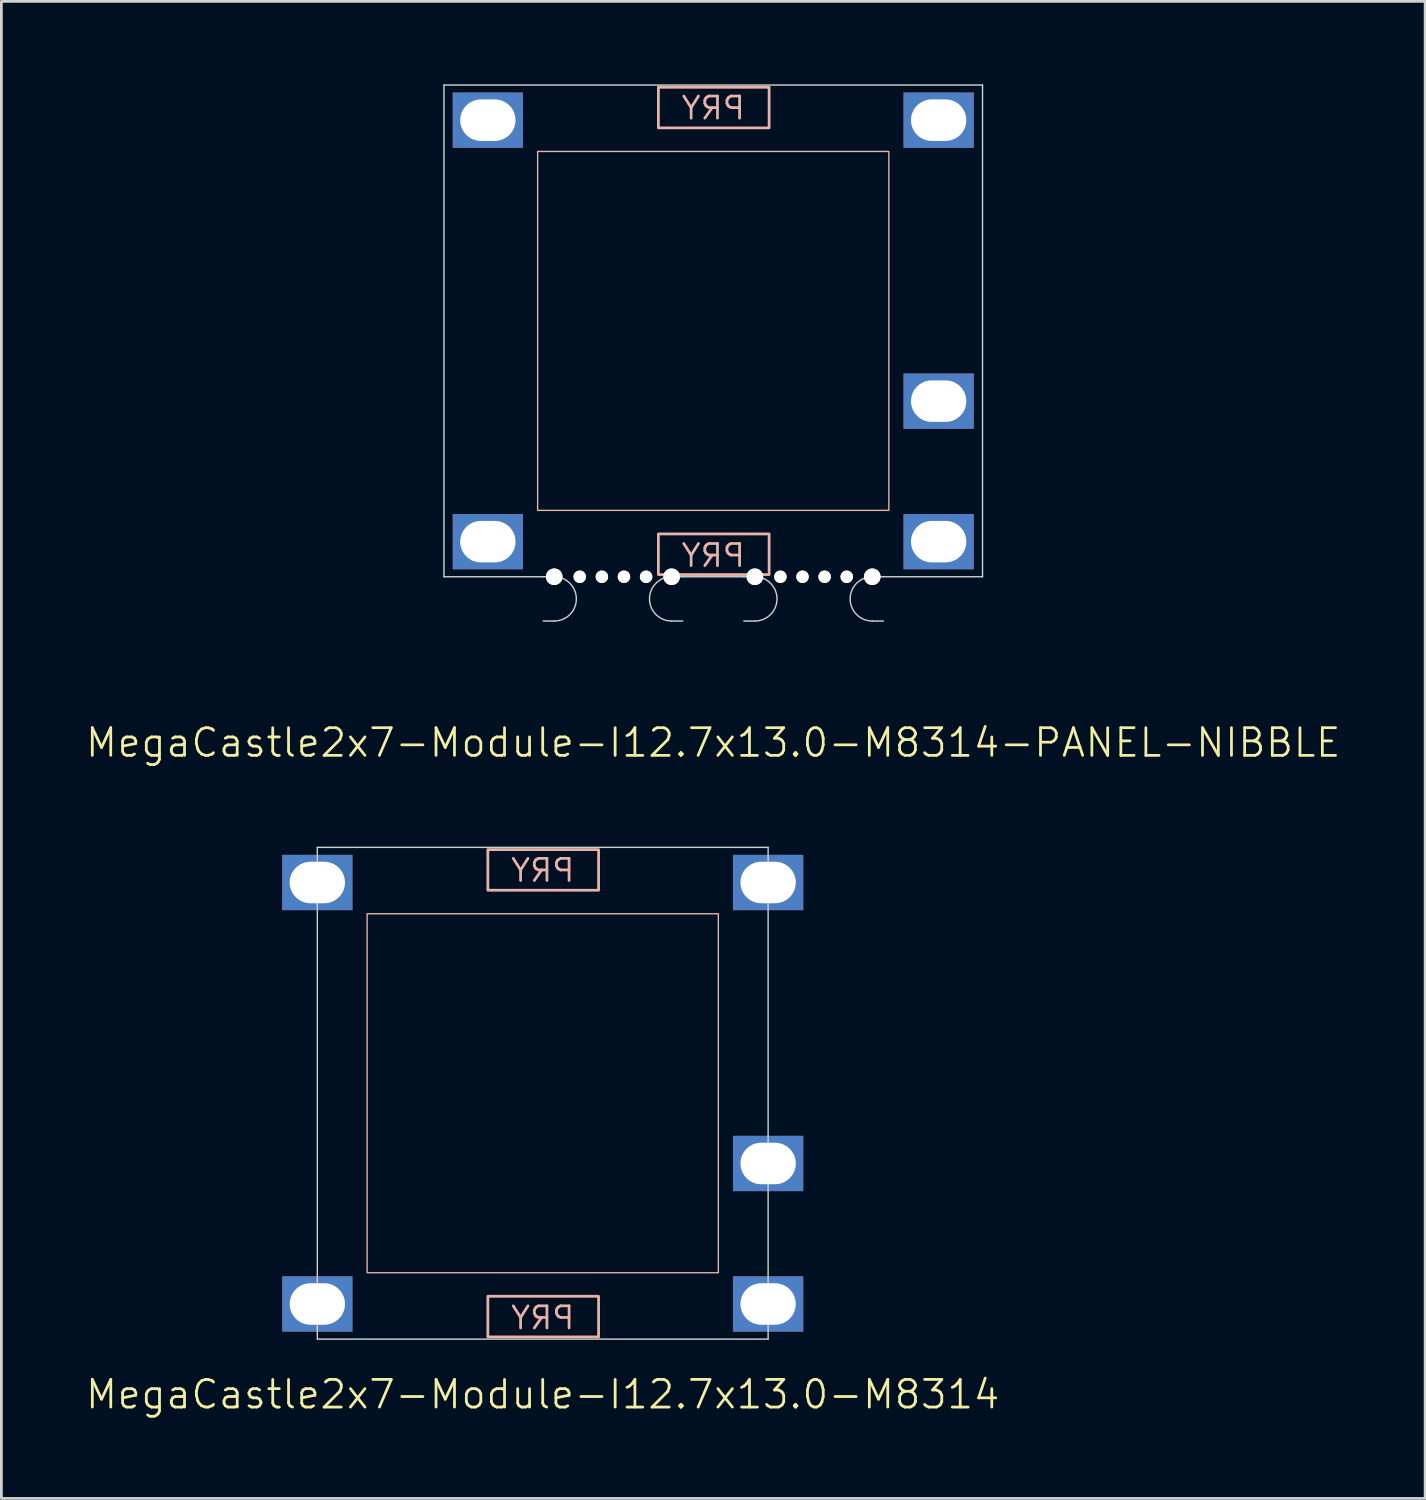
<source format=kicad_pcb>
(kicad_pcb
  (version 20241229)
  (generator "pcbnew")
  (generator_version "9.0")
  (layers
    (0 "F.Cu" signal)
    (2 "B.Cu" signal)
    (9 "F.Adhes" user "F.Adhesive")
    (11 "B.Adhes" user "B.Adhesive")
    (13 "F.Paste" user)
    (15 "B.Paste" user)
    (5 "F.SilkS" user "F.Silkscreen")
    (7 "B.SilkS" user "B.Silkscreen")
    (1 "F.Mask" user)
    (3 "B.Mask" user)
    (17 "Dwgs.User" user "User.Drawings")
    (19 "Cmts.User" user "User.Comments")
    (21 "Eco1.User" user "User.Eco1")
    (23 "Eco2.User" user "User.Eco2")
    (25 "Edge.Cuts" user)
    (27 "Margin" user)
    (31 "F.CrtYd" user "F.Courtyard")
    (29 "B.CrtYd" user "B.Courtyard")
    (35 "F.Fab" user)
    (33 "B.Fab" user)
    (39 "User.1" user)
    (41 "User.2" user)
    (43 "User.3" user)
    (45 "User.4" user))
  (footprint "MegaCastle2x7-Module-I12.7x13.0-M8314"
    (layer "F.Cu")
    (at 16.574 36.48)
    (property "Reference" "MegaCastle2x7-Module-I12.7x13.0-M8314" (at 0 10.89 0) (unlocked yes) (layer "F.SilkS") (effects (font (size 1 1) (thickness 0.1))))
    (attr smd)
    (fp_rect (start -6.35 6.49) (end 6.35 -6.49) (stroke (width 0.05) (type default)) (fill no) (layer "B.SilkS"))
    (fp_rect (start -1.984 -7.341) (end 2.02 -8.81) (stroke (width 0.1) (type default)) (fill no) (layer "B.SilkS"))
    (fp_rect (start -1.984 7.341) (end 2.02 8.81) (stroke (width 0.1) (type default)) (fill no) (layer "B.SilkS"))
    (fp_line (start -8.15 -8.89) (end -8.15 8.89) (stroke (width 0.05) (type default)) (layer "Edge.Cuts"))
    (fp_line (start -8.15 -8.89) (end 8.15 -8.89) (stroke (width 0.05) (type default)) (layer "Edge.Cuts"))
    (fp_line (start -8.15 8.89) (end 8.15 8.89) (stroke (width 0.05) (type default)) (layer "Edge.Cuts"))
    (fp_line (start 8.15 -8.89) (end 8.15 8.89) (stroke (width 0.05) (type default)) (layer "Edge.Cuts"))
    (fp_text user "PRY" (at 0 8.59 0) (unlocked yes) (layer "B.SilkS") (effects (font (size 0.8 0.8) (thickness 0.1)) (justify bottom mirror)))
    (fp_text user "PRY" (at 0 -7.59 0) (unlocked yes) (layer "B.SilkS") (effects (font (size 0.8 0.8) (thickness 0.1)) (justify bottom mirror)))
    (pad "1" thru_hole rect (at -8.15 -7.62) (size 2.54 2) (drill oval 2 1.5) (property pad_prop_castellated) (layers "*.Cu" "*.Mask"))
    (pad "7" thru_hole rect (at -8.15 7.62) (size 2.54 2) (drill oval 2 1.5) (property pad_prop_castellated) (layers "*.Cu" "*.Mask"))
    (pad "8" thru_hole rect (at 8.15 -7.62) (size 2.54 2) (drill oval 2 1.5) (property pad_prop_castellated) (layers "*.Cu" "*.Mask"))
    (pad "12" thru_hole rect (at 8.15 2.54) (size 2.54 2) (drill oval 2 1.5) (property pad_prop_castellated) (layers "*.Cu" "*.Mask"))
    (pad "14" thru_hole rect (at 8.15 7.62) (size 2.54 2) (drill oval 2 1.5) (property pad_prop_castellated) (layers "*.Cu" "*.Mask"))
    (zone (net_name "") (layer "B.Cu") (hatch edge 0.5) (connect_pads) (min_thickness 0.25) (filled_areas_thickness no) (keepout (tracks allowed) (vias allowed) (pads allowed) (copperpour allowed) (footprints not_allowed)) (placement (enabled no)) (fill) (polygon (pts (xy 8.424 45.37) (xy 8.424 27.59) (xy 10.224 27.59) (xy 10.224 45.37))))
    (zone (net_name "") (layer "B.Cu") (hatch edge 0.5) (connect_pads) (min_thickness 0.25) (filled_areas_thickness no) (keepout (tracks allowed) (vias allowed) (pads allowed) (copperpour allowed) (footprints not_allowed)) (placement (enabled no)) (fill) (polygon (pts (xy 10.224 27.59) (xy 10.224 29.991) (xy 22.924 29.991) (xy 22.924 27.59))))
    (zone (net_name "") (layer "B.Cu") (hatch edge 0.5) (connect_pads) (min_thickness 0.25) (filled_areas_thickness no) (keepout (tracks allowed) (vias allowed) (pads allowed) (copperpour allowed) (footprints not_allowed)) (placement (enabled no)) (fill) (polygon (pts (xy 10.224 45.37) (xy 10.224 42.971) (xy 22.924 42.971) (xy 22.924 45.37))))
    (zone (net_name "") (layer "B.Cu") (name "Upper Pry Zone") (hatch edge 0.5) (connect_pads) (min_thickness 0.25) (filled_areas_thickness no) (keepout (tracks not_allowed) (vias not_allowed) (pads not_allowed) (copperpour allowed) (footprints not_allowed)) (placement (enabled no)) (fill) (polygon (pts (xy 14.59 29.139) (xy 14.59 27.671) (xy 18.593 27.671) (xy 18.593 29.139))))
    (zone (net_name "") (layer "B.Cu") (name "Upper Pry Zone") (hatch edge 0.5) (connect_pads) (min_thickness 0.25) (filled_areas_thickness no) (keepout (tracks not_allowed) (vias not_allowed) (pads not_allowed) (copperpour allowed) (footprints not_allowed)) (placement (enabled no)) (fill) (polygon (pts (xy 14.59 43.822) (xy 14.59 45.291) (xy 18.593 45.291) (xy 18.593 43.822))))
    (zone (net_name "") (layer "B.Cu") (hatch edge 0.5) (connect_pads) (min_thickness 0.25) (filled_areas_thickness no) (keepout (tracks allowed) (vias allowed) (pads allowed) (copperpour allowed) (footprints not_allowed)) (placement (enabled no)) (fill) (polygon (pts (xy 24.724 45.37) (xy 24.724 27.59) (xy 22.924 27.59) (xy 22.924 45.37)))))
  (footprint "MegaCastle2x7-Module-I12.7x13.0-M8314-PANEL-NIBBLE"
    (layer "F.Cu")
    (at 22.74 8.915)
    (property "Reference" "MegaCastle2x7-Module-I12.7x13.0-M8314-PANEL-NIBBLE" (at 0 14.89 0) (unlocked yes) (layer "F.SilkS") (effects (font (size 1 1) (thickness 0.1))))
    (attr smd)
    (fp_rect (start -6.35 6.49) (end 6.35 -6.49) (stroke (width 0.05) (type default)) (fill no) (layer "B.SilkS"))
    (fp_rect (start -1.984 -7.341) (end 2.02 -8.81) (stroke (width 0.1) (type default)) (fill no) (layer "B.SilkS"))
    (fp_rect (start -1.984 7.341) (end 2.02 8.81) (stroke (width 0.1) (type default)) (fill no) (layer "B.SilkS"))
    (fp_line (start -9.737 -8.89) (end -9.737 8.89) (stroke (width 0.05) (type default)) (layer "Edge.Cuts"))
    (fp_line (start -9.737 -8.89) (end 9.737 -8.89) (stroke (width 0.05) (type default)) (layer "Edge.Cuts"))
    (fp_line (start -9.737 8.89) (end -6.15 8.89) (stroke (width 0.05) (type default)) (layer "Edge.Cuts"))
    (fp_line (start -6.15 8.89) (end -5.75 8.89) (stroke (width 0.05) (type default)) (layer "Edge.Cuts"))
    (fp_line (start -6.15 10.49) (end -5.75 10.49) (stroke (width 0.05) (type default)) (layer "Edge.Cuts"))
    (fp_line (start -1.105 8.89) (end -1.505 8.89) (stroke (width 0.05) (type default)) (layer "Edge.Cuts"))
    (fp_line (start -1.105 8.89) (end 1.105 8.89) (stroke (width 0.05) (type default)) (layer "Edge.Cuts"))
    (fp_line (start -1.105 10.49) (end -1.505 10.49) (stroke (width 0.05) (type default)) (layer "Edge.Cuts"))
    (fp_line (start 1.105 8.89) (end 1.505 8.89) (stroke (width 0.05) (type default)) (layer "Edge.Cuts"))
    (fp_line (start 1.105 10.49) (end 1.505 10.49) (stroke (width 0.05) (type default)) (layer "Edge.Cuts"))
    (fp_line (start 6.15 8.89) (end 5.75 8.89) (stroke (width 0.05) (type default)) (layer "Edge.Cuts"))
    (fp_line (start 6.15 8.89) (end 9.737 8.89) (stroke (width 0.05) (type default)) (layer "Edge.Cuts"))
    (fp_line (start 6.15 10.49) (end 5.75 10.49) (stroke (width 0.05) (type default)) (layer "Edge.Cuts"))
    (fp_line (start 9.737 -8.89) (end 9.737 8.89) (stroke (width 0.05) (type default)) (layer "Edge.Cuts"))
    (fp_arc (start -5.75 8.89) (mid -4.95 9.69) (end -5.75 10.49) (stroke (width 0.05) (type default)) (layer "Edge.Cuts"))
    (fp_arc (start -1.505 10.49) (mid -2.305 9.69) (end -1.505 8.89) (stroke (width 0.05) (type default)) (layer "Edge.Cuts"))
    (fp_arc (start 1.505 8.89) (mid 2.305 9.69) (end 1.505 10.49) (stroke (width 0.05) (type default)) (layer "Edge.Cuts"))
    (fp_arc (start 5.75 10.49) (mid 4.95 9.69) (end 5.75 8.89) (stroke (width 0.05) (type default)) (layer "Edge.Cuts"))
    (fp_text user "PRY" (at 0 -7.59 0) (unlocked yes) (layer "B.SilkS") (effects (font (size 0.8 0.8) (thickness 0.1)) (justify bottom mirror)))
    (fp_text user "PRY" (at 0 8.59 0) (unlocked yes) (layer "B.SilkS") (effects (font (size 0.8 0.8) (thickness 0.1)) (justify bottom mirror)))
    (pad "" np_thru_hole circle (at -5.75 8.89) (size 0.6 0.6) (drill 0.6) (layers "*.Cu" "Edge.Cuts"))
    (pad "" np_thru_hole circle (at -4.827 8.89) (size 0.45 0.45) (drill 0.45) (layers "*.Cu" "Edge.Cuts"))
    (pad "" np_thru_hole circle (at -4.027 8.89) (size 0.45 0.45) (drill 0.45) (layers "*.Cu" "Edge.Cuts"))
    (pad "" np_thru_hole circle (at -3.228 8.89) (size 0.45 0.45) (drill 0.45) (layers "*.Cu" "Edge.Cuts"))
    (pad "" np_thru_hole circle (at -2.428 8.89) (size 0.45 0.45) (drill 0.45) (layers "*.Cu" "Edge.Cuts"))
    (pad "" np_thru_hole circle (at -1.505 8.89) (size 0.6 0.6) (drill 0.6) (layers "*.Cu" "Edge.Cuts"))
    (pad "" np_thru_hole circle (at 1.505 8.89) (size 0.6 0.6) (drill 0.6) (layers "*.Cu" "Edge.Cuts"))
    (pad "" np_thru_hole circle (at 2.428 8.89) (size 0.45 0.45) (drill 0.45) (layers "*.Cu" "Edge.Cuts"))
    (pad "" np_thru_hole circle (at 3.228 8.89) (size 0.45 0.45) (drill 0.45) (layers "*.Cu" "Edge.Cuts"))
    (pad "" np_thru_hole circle (at 4.027 8.89) (size 0.45 0.45) (drill 0.45) (layers "*.Cu" "Edge.Cuts"))
    (pad "" np_thru_hole circle (at 4.827 8.89) (size 0.45 0.45) (drill 0.45) (layers "*.Cu" "Edge.Cuts"))
    (pad "" np_thru_hole circle (at 5.75 8.89) (size 0.6 0.6) (drill 0.6) (layers "*.Cu" "Edge.Cuts"))
    (pad "1" thru_hole rect (at -8.15 -7.62) (size 2.54 2) (drill oval 2 1.5) (property pad_prop_castellated) (layers "*.Cu" "*.Mask"))
    (pad "7" thru_hole rect (at -8.15 7.62) (size 2.54 2) (drill oval 2 1.5) (property pad_prop_castellated) (layers "*.Cu" "*.Mask"))
    (pad "8" thru_hole rect (at 8.15 -7.62) (size 2.54 2) (drill oval 2 1.5) (property pad_prop_castellated) (layers "*.Cu" "*.Mask"))
    (pad "12" thru_hole rect (at 8.15 2.54) (size 2.54 2) (drill oval 2 1.5) (property pad_prop_castellated) (layers "*.Cu" "*.Mask"))
    (pad "14" thru_hole rect (at 8.15 7.62) (size 2.54 2) (drill oval 2 1.5) (property pad_prop_castellated) (layers "*.Cu" "*.Mask"))
    (zone (net_name "") (layer "B.Cu") (hatch edge 0.5) (connect_pads) (min_thickness 0.25) (filled_areas_thickness no) (keepout (tracks allowed) (vias allowed) (pads allowed) (copperpour allowed) (footprints not_allowed)) (placement (enabled no)) (fill) (polygon (pts (xy 14.59 17.805) (xy 14.59 0.025) (xy 16.39 0.025) (xy 16.39 17.805))))
    (zone (net_name "") (layer "B.Cu") (hatch edge 0.5) (connect_pads) (min_thickness 0.25) (filled_areas_thickness no) (keepout (tracks allowed) (vias allowed) (pads allowed) (copperpour allowed) (footprints not_allowed)) (placement (enabled no)) (fill) (polygon (pts (xy 16.39 0.025) (xy 16.39 2.425) (xy 29.09 2.425) (xy 29.09 0.025))))
    (zone (net_name "") (layer "B.Cu") (hatch edge 0.5) (connect_pads) (min_thickness 0.25) (filled_areas_thickness no) (keepout (tracks allowed) (vias allowed) (pads allowed) (copperpour allowed) (footprints not_allowed)) (placement (enabled no)) (fill) (polygon (pts (xy 16.39 17.805) (xy 16.39 15.405) (xy 29.09 15.405) (xy 29.09 17.805))))
    (zone (net_name "") (layer "B.Cu") (name "Upper Pry Zone") (hatch edge 0.5) (connect_pads) (min_thickness 0.25) (filled_areas_thickness no) (keepout (tracks not_allowed) (vias not_allowed) (pads not_allowed) (copperpour allowed) (footprints not_allowed)) (placement (enabled no)) (fill) (polygon (pts (xy 20.756 1.574) (xy 20.756 0.105) (xy 24.76 0.105) (xy 24.76 1.574))))
    (zone (net_name "") (layer "B.Cu") (name "Upper Pry Zone") (hatch edge 0.5) (connect_pads) (min_thickness 0.25) (filled_areas_thickness no) (keepout (tracks not_allowed) (vias not_allowed) (pads not_allowed) (copperpour allowed) (footprints not_allowed)) (placement (enabled no)) (fill) (polygon (pts (xy 20.756 16.256) (xy 20.756 17.725) (xy 24.76 17.725) (xy 24.76 16.256))))
    (zone (net_name "") (layer "B.Cu") (hatch edge 0.5) (connect_pads) (min_thickness 0.25) (filled_areas_thickness no) (keepout (tracks allowed) (vias allowed) (pads allowed) (copperpour allowed) (footprints not_allowed)) (placement (enabled no)) (fill) (polygon (pts (xy 30.89 17.805) (xy 30.89 0.025) (xy 29.09 0.025) (xy 29.09 17.805)))))
  (gr_rect
    (start -3 -3)
    (end 48.481 51.131)
    (stroke (width 0.1) (type default))
    (fill no)
    (layer "Edge.Cuts")))
</source>
